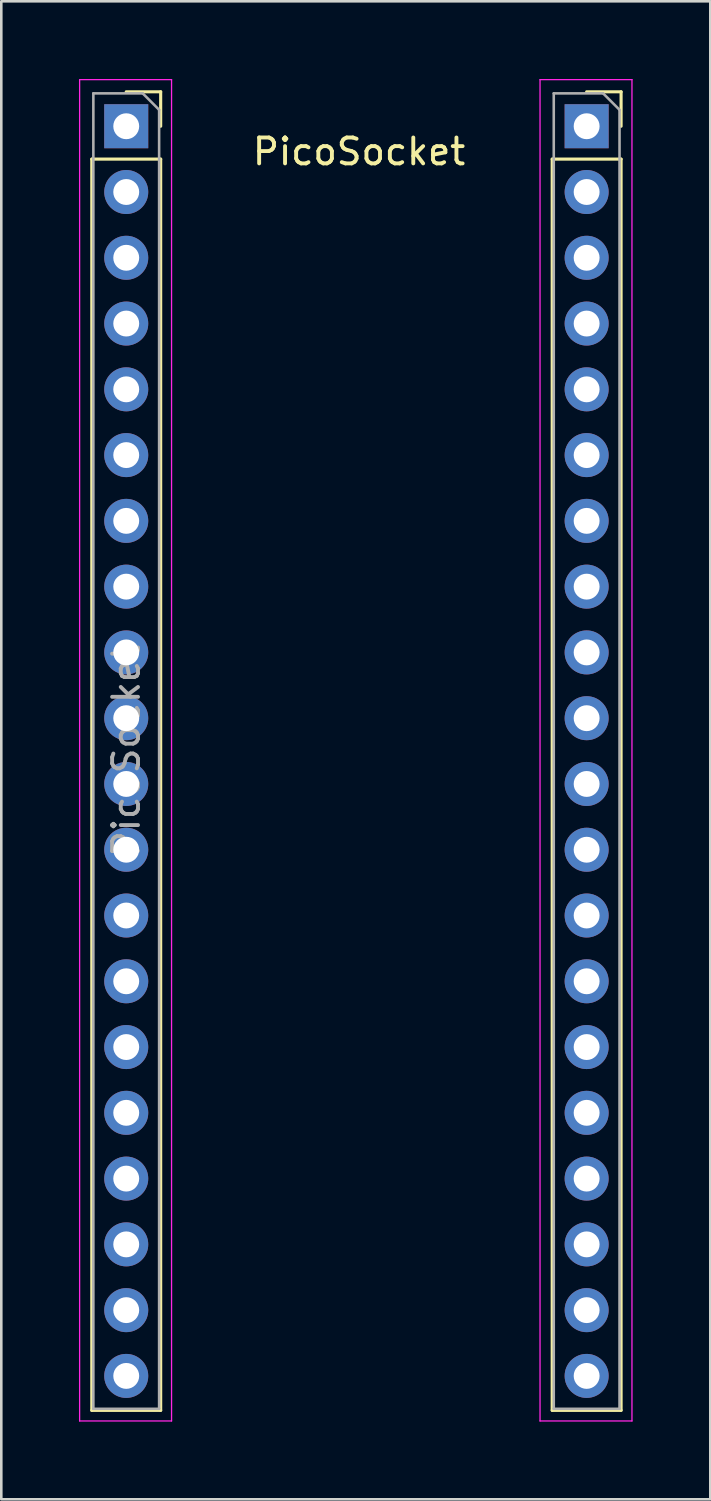
<source format=kicad_pcb>
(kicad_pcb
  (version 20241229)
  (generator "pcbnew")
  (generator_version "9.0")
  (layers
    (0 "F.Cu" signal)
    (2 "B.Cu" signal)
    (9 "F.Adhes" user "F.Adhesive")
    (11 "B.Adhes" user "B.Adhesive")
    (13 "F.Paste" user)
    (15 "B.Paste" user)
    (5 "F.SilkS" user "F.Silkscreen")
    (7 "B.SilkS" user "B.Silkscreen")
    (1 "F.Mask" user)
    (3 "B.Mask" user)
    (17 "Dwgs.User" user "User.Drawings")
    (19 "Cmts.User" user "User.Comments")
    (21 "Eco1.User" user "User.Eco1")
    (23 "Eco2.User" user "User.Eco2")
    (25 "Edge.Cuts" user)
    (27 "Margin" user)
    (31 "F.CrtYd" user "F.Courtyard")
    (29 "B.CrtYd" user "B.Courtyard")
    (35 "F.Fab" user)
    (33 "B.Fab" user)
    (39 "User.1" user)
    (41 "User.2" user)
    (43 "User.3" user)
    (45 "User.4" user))
  (footprint "PicoSocket"
    (layer "F.Cu")
    (at 1.825 1.825)
    (property "Reference" "PicoSocket" (at 8.99 0.98 0) (layer "F.SilkS") (effects (font (size 1 1) (thickness 0.15))))
    (attr through_hole)
    (fp_line (start -1.33 1.27) (end -1.33 49.59) (stroke (width 0.12) (type solid)) (layer "F.SilkS"))
    (fp_line (start -1.33 1.27) (end 1.33 1.27) (stroke (width 0.12) (type solid)) (layer "F.SilkS"))
    (fp_line (start -1.33 49.59) (end 1.33 49.59) (stroke (width 0.12) (type solid)) (layer "F.SilkS"))
    (fp_line (start 0 -1.33) (end 1.33 -1.33) (stroke (width 0.12) (type solid)) (layer "F.SilkS"))
    (fp_line (start 1.33 -1.33) (end 1.33 0) (stroke (width 0.12) (type solid)) (layer "F.SilkS"))
    (fp_line (start 1.33 1.27) (end 1.33 49.59) (stroke (width 0.12) (type solid)) (layer "F.SilkS"))
    (fp_line (start 16.45 1.27) (end 16.45 49.59) (stroke (width 0.12) (type solid)) (layer "F.SilkS"))
    (fp_line (start 16.45 1.27) (end 19.11 1.27) (stroke (width 0.12) (type solid)) (layer "F.SilkS"))
    (fp_line (start 16.45 49.59) (end 19.11 49.59) (stroke (width 0.12) (type solid)) (layer "F.SilkS"))
    (fp_line (start 17.78 -1.33) (end 19.11 -1.33) (stroke (width 0.12) (type solid)) (layer "F.SilkS"))
    (fp_line (start 19.11 -1.33) (end 19.11 0) (stroke (width 0.12) (type solid)) (layer "F.SilkS"))
    (fp_line (start 19.11 1.27) (end 19.11 49.59) (stroke (width 0.12) (type solid)) (layer "F.SilkS"))
    (fp_line (start -1.8 -1.8) (end 1.75 -1.8) (stroke (width 0.05) (type solid)) (layer "F.CrtYd"))
    (fp_line (start -1.8 50) (end -1.8 -1.8) (stroke (width 0.05) (type solid)) (layer "F.CrtYd"))
    (fp_line (start 1.75 -1.8) (end 1.75 50) (stroke (width 0.05) (type solid)) (layer "F.CrtYd"))
    (fp_line (start 1.75 50) (end -1.8 50) (stroke (width 0.05) (type solid)) (layer "F.CrtYd"))
    (fp_line (start 15.98 -1.8) (end 19.53 -1.8) (stroke (width 0.05) (type solid)) (layer "F.CrtYd"))
    (fp_line (start 15.98 50) (end 15.98 -1.8) (stroke (width 0.05) (type solid)) (layer "F.CrtYd"))
    (fp_line (start 19.53 -1.8) (end 19.53 50) (stroke (width 0.05) (type solid)) (layer "F.CrtYd"))
    (fp_line (start 19.53 50) (end 15.98 50) (stroke (width 0.05) (type solid)) (layer "F.CrtYd"))
    (fp_line (start -1.27 -1.27) (end 0.635 -1.27) (stroke (width 0.1) (type solid)) (layer "F.Fab"))
    (fp_line (start -1.27 49.53) (end -1.27 -1.27) (stroke (width 0.1) (type solid)) (layer "F.Fab"))
    (fp_line (start 0.635 -1.27) (end 1.27 -0.635) (stroke (width 0.1) (type solid)) (layer "F.Fab"))
    (fp_line (start 1.27 -0.635) (end 1.27 49.53) (stroke (width 0.1) (type solid)) (layer "F.Fab"))
    (fp_line (start 1.27 49.53) (end -1.27 49.53) (stroke (width 0.1) (type solid)) (layer "F.Fab"))
    (fp_line (start 16.51 -1.27) (end 18.415 -1.27) (stroke (width 0.1) (type solid)) (layer "F.Fab"))
    (fp_line (start 16.51 49.53) (end 16.51 -1.27) (stroke (width 0.1) (type solid)) (layer "F.Fab"))
    (fp_line (start 18.415 -1.27) (end 19.05 -0.635) (stroke (width 0.1) (type solid)) (layer "F.Fab"))
    (fp_line (start 19.05 -0.635) (end 19.05 49.53) (stroke (width 0.1) (type solid)) (layer "F.Fab"))
    (fp_line (start 19.05 49.53) (end 16.51 49.53) (stroke (width 0.1) (type solid)) (layer "F.Fab"))
    (fp_text user "${REFERENCE}" (at 0 24.13 90) (layer "F.Fab") (effects (font (size 1 1) (thickness 0.15))))
    (pad "1" thru_hole rect (at 0 0) (size 1.7 1.7) (drill 1) (layers "*.Cu" "*.Mask"))
    (pad "2" thru_hole oval (at 0 2.54) (size 1.7 1.7) (drill 1) (layers "*.Cu" "*.Mask"))
    (pad "3" thru_hole oval (at 0 5.08) (size 1.7 1.7) (drill 1) (layers "*.Cu" "*.Mask"))
    (pad "4" thru_hole oval (at 0 7.62) (size 1.7 1.7) (drill 1) (layers "*.Cu" "*.Mask"))
    (pad "5" thru_hole oval (at 0 10.16) (size 1.7 1.7) (drill 1) (layers "*.Cu" "*.Mask"))
    (pad "6" thru_hole oval (at 0 12.7) (size 1.7 1.7) (drill 1) (layers "*.Cu" "*.Mask"))
    (pad "7" thru_hole oval (at 0 15.24) (size 1.7 1.7) (drill 1) (layers "*.Cu" "*.Mask"))
    (pad "8" thru_hole oval (at 0 17.78) (size 1.7 1.7) (drill 1) (layers "*.Cu" "*.Mask"))
    (pad "9" thru_hole oval (at 0 20.32) (size 1.7 1.7) (drill 1) (layers "*.Cu" "*.Mask"))
    (pad "10" thru_hole oval (at 0 22.86) (size 1.7 1.7) (drill 1) (layers "*.Cu" "*.Mask"))
    (pad "11" thru_hole oval (at 0 25.4) (size 1.7 1.7) (drill 1) (layers "*.Cu" "*.Mask"))
    (pad "12" thru_hole oval (at 0 27.94) (size 1.7 1.7) (drill 1) (layers "*.Cu" "*.Mask"))
    (pad "13" thru_hole oval (at 0 30.48) (size 1.7 1.7) (drill 1) (layers "*.Cu" "*.Mask"))
    (pad "14" thru_hole oval (at 0 33.02) (size 1.7 1.7) (drill 1) (layers "*.Cu" "*.Mask"))
    (pad "15" thru_hole oval (at 0 35.56) (size 1.7 1.7) (drill 1) (layers "*.Cu" "*.Mask"))
    (pad "16" thru_hole oval (at 0 38.1) (size 1.7 1.7) (drill 1) (layers "*.Cu" "*.Mask"))
    (pad "17" thru_hole oval (at 0 40.64) (size 1.7 1.7) (drill 1) (layers "*.Cu" "*.Mask"))
    (pad "18" thru_hole oval (at 0 43.18) (size 1.7 1.7) (drill 1) (layers "*.Cu" "*.Mask"))
    (pad "19" thru_hole oval (at 0 45.72) (size 1.7 1.7) (drill 1) (layers "*.Cu" "*.Mask"))
    (pad "20" thru_hole oval (at 0 48.26) (size 1.7 1.7) (drill 1) (layers "*.Cu" "*.Mask"))
    (pad "21" thru_hole oval (at 17.78 48.26) (size 1.7 1.7) (drill 1) (layers "*.Cu" "*.Mask"))
    (pad "22" thru_hole oval (at 17.78 45.72) (size 1.7 1.7) (drill 1) (layers "*.Cu" "*.Mask"))
    (pad "23" thru_hole oval (at 17.78 43.18) (size 1.7 1.7) (drill 1) (layers "*.Cu" "*.Mask"))
    (pad "24" thru_hole oval (at 17.78 40.64) (size 1.7 1.7) (drill 1) (layers "*.Cu" "*.Mask"))
    (pad "25" thru_hole oval (at 17.78 38.1) (size 1.7 1.7) (drill 1) (layers "*.Cu" "*.Mask"))
    (pad "26" thru_hole oval (at 17.78 35.56) (size 1.7 1.7) (drill 1) (layers "*.Cu" "*.Mask"))
    (pad "27" thru_hole oval (at 17.78 33.02) (size 1.7 1.7) (drill 1) (layers "*.Cu" "*.Mask"))
    (pad "28" thru_hole oval (at 17.78 30.48) (size 1.7 1.7) (drill 1) (layers "*.Cu" "*.Mask"))
    (pad "29" thru_hole oval (at 17.78 27.94) (size 1.7 1.7) (drill 1) (layers "*.Cu" "*.Mask"))
    (pad "30" thru_hole oval (at 17.78 25.4) (size 1.7 1.7) (drill 1) (layers "*.Cu" "*.Mask"))
    (pad "31" thru_hole oval (at 17.78 22.86) (size 1.7 1.7) (drill 1) (layers "*.Cu" "*.Mask"))
    (pad "32" thru_hole oval (at 17.78 20.32) (size 1.7 1.7) (drill 1) (layers "*.Cu" "*.Mask"))
    (pad "33" thru_hole oval (at 17.78 17.78) (size 1.7 1.7) (drill 1) (layers "*.Cu" "*.Mask"))
    (pad "34" thru_hole oval (at 17.78 15.24) (size 1.7 1.7) (drill 1) (layers "*.Cu" "*.Mask"))
    (pad "35" thru_hole oval (at 17.78 12.7) (size 1.7 1.7) (drill 1) (layers "*.Cu" "*.Mask"))
    (pad "36" thru_hole oval (at 17.78 10.16) (size 1.7 1.7) (drill 1) (layers "*.Cu" "*.Mask"))
    (pad "37" thru_hole oval (at 17.78 7.62) (size 1.7 1.7) (drill 1) (layers "*.Cu" "*.Mask"))
    (pad "38" thru_hole oval (at 17.78 5.08) (size 1.7 1.7) (drill 1) (layers "*.Cu" "*.Mask"))
    (pad "39" thru_hole oval (at 17.78 2.54) (size 1.7 1.7) (drill 1) (layers "*.Cu" "*.Mask"))
    (pad "40" thru_hole rect (at 17.78 0) (size 1.7 1.7) (drill 1) (layers "*.Cu" "*.Mask")))
  (gr_rect
    (start -3 -3)
    (end 24.38 54.85)
    (stroke (width 0.1) (type default))
    (fill no)
    (layer "Edge.Cuts")))
</source>
